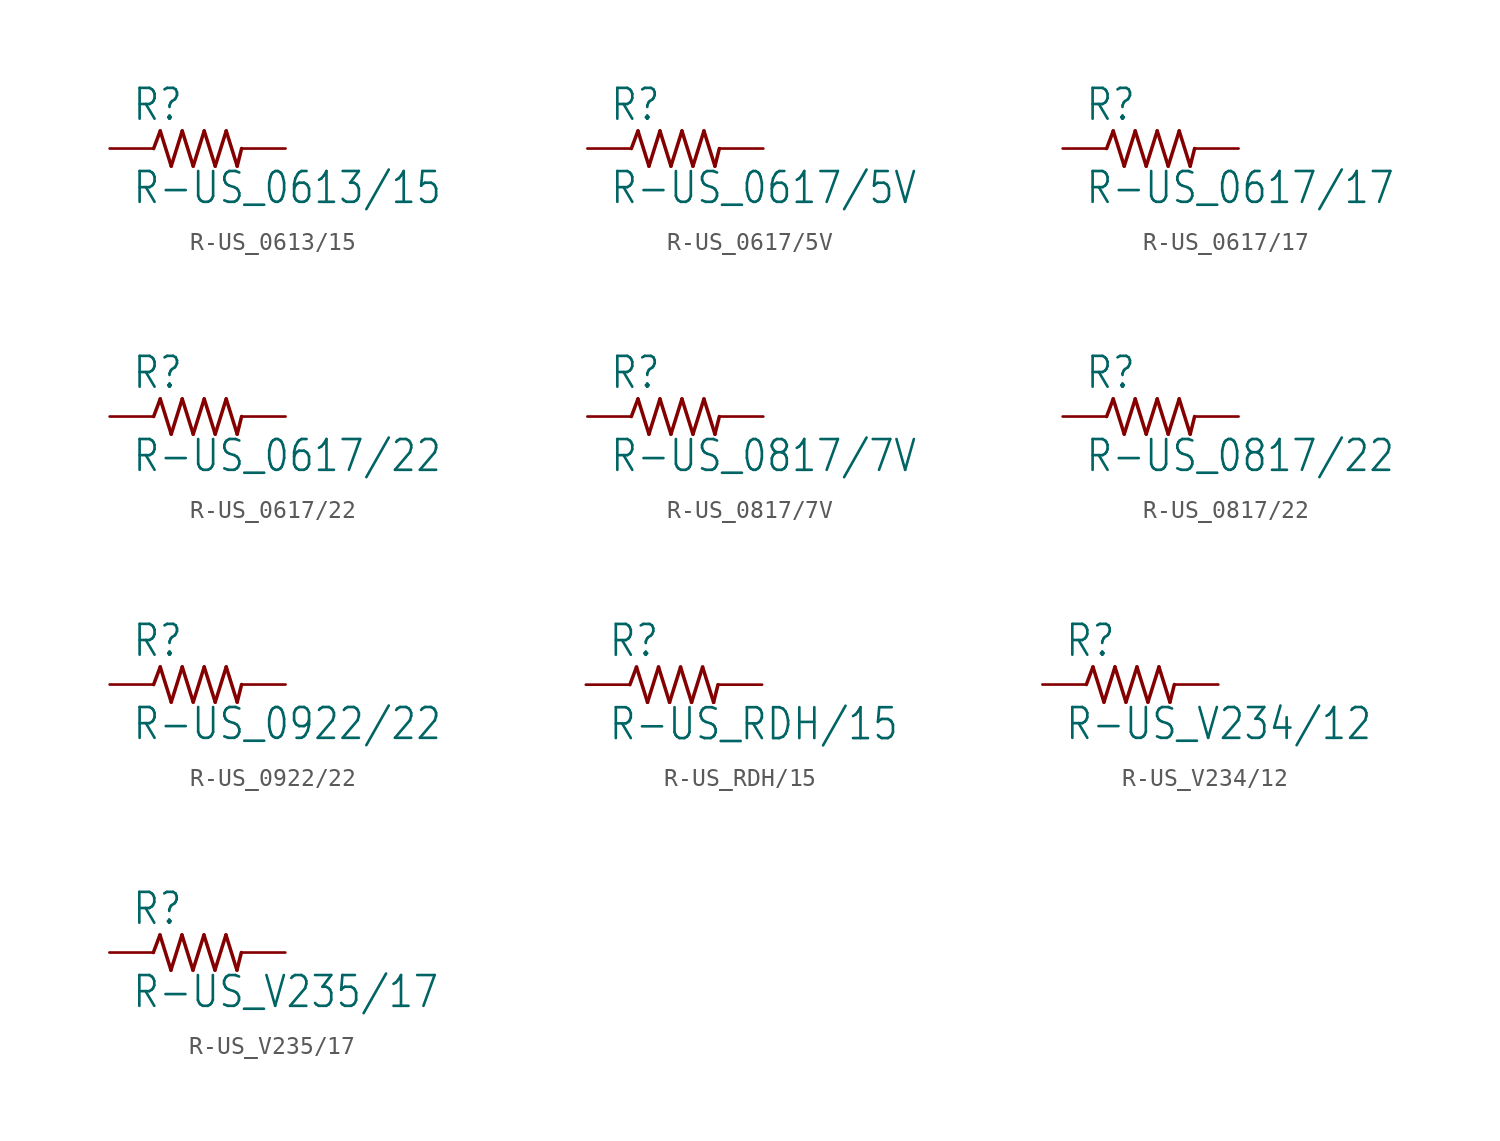
<source format=kicad_sym>
(kicad_symbol_lib
  (version 20220914)
  (generator kicad_symbol_editor)
  (symbol "R-US_0613/15"
    (property "Reference" "R"
      (at -3.81 1.499 0)
      (effects (font (size 1.778 1.511)) (justify left bottom)))
    (property "Value" "R-US_0613{slash}15"
      (at -3.81 -3.302 0)
      (effects (font (size 1.778 1.511)) (justify left bottom)))
    (property "ki_locked" ""
      (at 0 0 0)
      (effects (font (size 1.27 1.27))))
    (symbol "R-US_0613/15_1_0"
      (polyline (pts (xy -2.54 0) (xy -2.159 1.016)) (stroke (width 0.203) (type default)) (fill (type none)))
      (polyline (pts (xy -2.159 1.016) (xy -1.524 -1.016)) (stroke (width 0.203) (type default)) (fill (type none)))
      (polyline (pts (xy -1.524 -1.016) (xy -0.889 1.016)) (stroke (width 0.203) (type default)) (fill (type none)))
      (polyline (pts (xy -0.889 1.016) (xy -0.254 -1.016)) (stroke (width 0.203) (type default)) (fill (type none)))
      (polyline (pts (xy -0.254 -1.016) (xy 0.381 1.016)) (stroke (width 0.203) (type default)) (fill (type none)))
      (polyline (pts (xy 0.381 1.016) (xy 1.016 -1.016)) (stroke (width 0.203) (type default)) (fill (type none)))
      (polyline (pts (xy 1.016 -1.016) (xy 1.651 1.016)) (stroke (width 0.203) (type default)) (fill (type none)))
      (polyline (pts (xy 1.651 1.016) (xy 2.286 -1.016)) (stroke (width 0.203) (type default)) (fill (type none)))
      (polyline (pts (xy 2.286 -1.016) (xy 2.54 0)) (stroke (width 0.203) (type default)) (fill (type none)))
      (pin passive line (at -5.08 0 0) (length 2.54) (name "1" (effects (font (size 0 0)))) (number "1" (effects (font (size 0 0)))))
      (pin passive line (at 5.08 0 180) (length 2.54) (name "2" (effects (font (size 0 0)))) (number "2" (effects (font (size 0 0)))))))
  (symbol "R-US_0617/5V"
    (property "Reference" "R"
      (at -3.81 1.499 0)
      (effects (font (size 1.778 1.511)) (justify left bottom)))
    (property "Value" "R-US_0617{slash}5V"
      (at -3.81 -3.302 0)
      (effects (font (size 1.778 1.511)) (justify left bottom)))
    (property "ki_locked" ""
      (at 0 0 0)
      (effects (font (size 1.27 1.27))))
    (symbol "R-US_0617/5V_1_0"
      (polyline (pts (xy -2.54 0) (xy -2.159 1.016)) (stroke (width 0.203) (type default)) (fill (type none)))
      (polyline (pts (xy -2.159 1.016) (xy -1.524 -1.016)) (stroke (width 0.203) (type default)) (fill (type none)))
      (polyline (pts (xy -1.524 -1.016) (xy -0.889 1.016)) (stroke (width 0.203) (type default)) (fill (type none)))
      (polyline (pts (xy -0.889 1.016) (xy -0.254 -1.016)) (stroke (width 0.203) (type default)) (fill (type none)))
      (polyline (pts (xy -0.254 -1.016) (xy 0.381 1.016)) (stroke (width 0.203) (type default)) (fill (type none)))
      (polyline (pts (xy 0.381 1.016) (xy 1.016 -1.016)) (stroke (width 0.203) (type default)) (fill (type none)))
      (polyline (pts (xy 1.016 -1.016) (xy 1.651 1.016)) (stroke (width 0.203) (type default)) (fill (type none)))
      (polyline (pts (xy 1.651 1.016) (xy 2.286 -1.016)) (stroke (width 0.203) (type default)) (fill (type none)))
      (polyline (pts (xy 2.286 -1.016) (xy 2.54 0)) (stroke (width 0.203) (type default)) (fill (type none)))
      (pin passive line (at -5.08 0 0) (length 2.54) (name "1" (effects (font (size 0 0)))) (number "1" (effects (font (size 0 0)))))
      (pin passive line (at 5.08 0 180) (length 2.54) (name "2" (effects (font (size 0 0)))) (number "2" (effects (font (size 0 0)))))))
  (symbol "R-US_0617/17"
    (property "Reference" "R"
      (at -3.81 1.499 0)
      (effects (font (size 1.778 1.511)) (justify left bottom)))
    (property "Value" "R-US_0617{slash}17"
      (at -3.81 -3.302 0)
      (effects (font (size 1.778 1.511)) (justify left bottom)))
    (property "ki_locked" ""
      (at 0 0 0)
      (effects (font (size 1.27 1.27))))
    (symbol "R-US_0617/17_1_0"
      (polyline (pts (xy -2.54 0) (xy -2.159 1.016)) (stroke (width 0.203) (type default)) (fill (type none)))
      (polyline (pts (xy -2.159 1.016) (xy -1.524 -1.016)) (stroke (width 0.203) (type default)) (fill (type none)))
      (polyline (pts (xy -1.524 -1.016) (xy -0.889 1.016)) (stroke (width 0.203) (type default)) (fill (type none)))
      (polyline (pts (xy -0.889 1.016) (xy -0.254 -1.016)) (stroke (width 0.203) (type default)) (fill (type none)))
      (polyline (pts (xy -0.254 -1.016) (xy 0.381 1.016)) (stroke (width 0.203) (type default)) (fill (type none)))
      (polyline (pts (xy 0.381 1.016) (xy 1.016 -1.016)) (stroke (width 0.203) (type default)) (fill (type none)))
      (polyline (pts (xy 1.016 -1.016) (xy 1.651 1.016)) (stroke (width 0.203) (type default)) (fill (type none)))
      (polyline (pts (xy 1.651 1.016) (xy 2.286 -1.016)) (stroke (width 0.203) (type default)) (fill (type none)))
      (polyline (pts (xy 2.286 -1.016) (xy 2.54 0)) (stroke (width 0.203) (type default)) (fill (type none)))
      (pin passive line (at -5.08 0 0) (length 2.54) (name "1" (effects (font (size 0 0)))) (number "1" (effects (font (size 0 0)))))
      (pin passive line (at 5.08 0 180) (length 2.54) (name "2" (effects (font (size 0 0)))) (number "2" (effects (font (size 0 0)))))))
  (symbol "R-US_0617/22"
    (property "Reference" "R"
      (at -3.81 1.499 0)
      (effects (font (size 1.778 1.511)) (justify left bottom)))
    (property "Value" "R-US_0617{slash}22"
      (at -3.81 -3.302 0)
      (effects (font (size 1.778 1.511)) (justify left bottom)))
    (property "ki_locked" ""
      (at 0 0 0)
      (effects (font (size 1.27 1.27))))
    (symbol "R-US_0617/22_1_0"
      (polyline (pts (xy -2.54 0) (xy -2.159 1.016)) (stroke (width 0.203) (type default)) (fill (type none)))
      (polyline (pts (xy -2.159 1.016) (xy -1.524 -1.016)) (stroke (width 0.203) (type default)) (fill (type none)))
      (polyline (pts (xy -1.524 -1.016) (xy -0.889 1.016)) (stroke (width 0.203) (type default)) (fill (type none)))
      (polyline (pts (xy -0.889 1.016) (xy -0.254 -1.016)) (stroke (width 0.203) (type default)) (fill (type none)))
      (polyline (pts (xy -0.254 -1.016) (xy 0.381 1.016)) (stroke (width 0.203) (type default)) (fill (type none)))
      (polyline (pts (xy 0.381 1.016) (xy 1.016 -1.016)) (stroke (width 0.203) (type default)) (fill (type none)))
      (polyline (pts (xy 1.016 -1.016) (xy 1.651 1.016)) (stroke (width 0.203) (type default)) (fill (type none)))
      (polyline (pts (xy 1.651 1.016) (xy 2.286 -1.016)) (stroke (width 0.203) (type default)) (fill (type none)))
      (polyline (pts (xy 2.286 -1.016) (xy 2.54 0)) (stroke (width 0.203) (type default)) (fill (type none)))
      (pin passive line (at -5.08 0 0) (length 2.54) (name "1" (effects (font (size 0 0)))) (number "1" (effects (font (size 0 0)))))
      (pin passive line (at 5.08 0 180) (length 2.54) (name "2" (effects (font (size 0 0)))) (number "2" (effects (font (size 0 0)))))))
  (symbol "R-US_0817/7V"
    (property "Reference" "R"
      (at -3.81 1.499 0)
      (effects (font (size 1.778 1.511)) (justify left bottom)))
    (property "Value" "R-US_0817{slash}7V"
      (at -3.81 -3.302 0)
      (effects (font (size 1.778 1.511)) (justify left bottom)))
    (property "ki_locked" ""
      (at 0 0 0)
      (effects (font (size 1.27 1.27))))
    (symbol "R-US_0817/7V_1_0"
      (polyline (pts (xy -2.54 0) (xy -2.159 1.016)) (stroke (width 0.203) (type default)) (fill (type none)))
      (polyline (pts (xy -2.159 1.016) (xy -1.524 -1.016)) (stroke (width 0.203) (type default)) (fill (type none)))
      (polyline (pts (xy -1.524 -1.016) (xy -0.889 1.016)) (stroke (width 0.203) (type default)) (fill (type none)))
      (polyline (pts (xy -0.889 1.016) (xy -0.254 -1.016)) (stroke (width 0.203) (type default)) (fill (type none)))
      (polyline (pts (xy -0.254 -1.016) (xy 0.381 1.016)) (stroke (width 0.203) (type default)) (fill (type none)))
      (polyline (pts (xy 0.381 1.016) (xy 1.016 -1.016)) (stroke (width 0.203) (type default)) (fill (type none)))
      (polyline (pts (xy 1.016 -1.016) (xy 1.651 1.016)) (stroke (width 0.203) (type default)) (fill (type none)))
      (polyline (pts (xy 1.651 1.016) (xy 2.286 -1.016)) (stroke (width 0.203) (type default)) (fill (type none)))
      (polyline (pts (xy 2.286 -1.016) (xy 2.54 0)) (stroke (width 0.203) (type default)) (fill (type none)))
      (pin passive line (at -5.08 0 0) (length 2.54) (name "1" (effects (font (size 0 0)))) (number "1" (effects (font (size 0 0)))))
      (pin passive line (at 5.08 0 180) (length 2.54) (name "2" (effects (font (size 0 0)))) (number "2" (effects (font (size 0 0)))))))
  (symbol "R-US_0817/22"
    (property "Reference" "R"
      (at -3.81 1.499 0)
      (effects (font (size 1.778 1.511)) (justify left bottom)))
    (property "Value" "R-US_0817{slash}22"
      (at -3.81 -3.302 0)
      (effects (font (size 1.778 1.511)) (justify left bottom)))
    (property "ki_locked" ""
      (at 0 0 0)
      (effects (font (size 1.27 1.27))))
    (symbol "R-US_0817/22_1_0"
      (polyline (pts (xy -2.54 0) (xy -2.159 1.016)) (stroke (width 0.203) (type default)) (fill (type none)))
      (polyline (pts (xy -2.159 1.016) (xy -1.524 -1.016)) (stroke (width 0.203) (type default)) (fill (type none)))
      (polyline (pts (xy -1.524 -1.016) (xy -0.889 1.016)) (stroke (width 0.203) (type default)) (fill (type none)))
      (polyline (pts (xy -0.889 1.016) (xy -0.254 -1.016)) (stroke (width 0.203) (type default)) (fill (type none)))
      (polyline (pts (xy -0.254 -1.016) (xy 0.381 1.016)) (stroke (width 0.203) (type default)) (fill (type none)))
      (polyline (pts (xy 0.381 1.016) (xy 1.016 -1.016)) (stroke (width 0.203) (type default)) (fill (type none)))
      (polyline (pts (xy 1.016 -1.016) (xy 1.651 1.016)) (stroke (width 0.203) (type default)) (fill (type none)))
      (polyline (pts (xy 1.651 1.016) (xy 2.286 -1.016)) (stroke (width 0.203) (type default)) (fill (type none)))
      (polyline (pts (xy 2.286 -1.016) (xy 2.54 0)) (stroke (width 0.203) (type default)) (fill (type none)))
      (pin passive line (at -5.08 0 0) (length 2.54) (name "1" (effects (font (size 0 0)))) (number "1" (effects (font (size 0 0)))))
      (pin passive line (at 5.08 0 180) (length 2.54) (name "2" (effects (font (size 0 0)))) (number "2" (effects (font (size 0 0)))))))
  (symbol "R-US_0922/22"
    (property "Reference" "R"
      (at -3.81 1.499 0)
      (effects (font (size 1.778 1.511)) (justify left bottom)))
    (property "Value" "R-US_0922{slash}22"
      (at -3.81 -3.302 0)
      (effects (font (size 1.778 1.511)) (justify left bottom)))
    (property "ki_locked" ""
      (at 0 0 0)
      (effects (font (size 1.27 1.27))))
    (symbol "R-US_0922/22_1_0"
      (polyline (pts (xy -2.54 0) (xy -2.159 1.016)) (stroke (width 0.203) (type default)) (fill (type none)))
      (polyline (pts (xy -2.159 1.016) (xy -1.524 -1.016)) (stroke (width 0.203) (type default)) (fill (type none)))
      (polyline (pts (xy -1.524 -1.016) (xy -0.889 1.016)) (stroke (width 0.203) (type default)) (fill (type none)))
      (polyline (pts (xy -0.889 1.016) (xy -0.254 -1.016)) (stroke (width 0.203) (type default)) (fill (type none)))
      (polyline (pts (xy -0.254 -1.016) (xy 0.381 1.016)) (stroke (width 0.203) (type default)) (fill (type none)))
      (polyline (pts (xy 0.381 1.016) (xy 1.016 -1.016)) (stroke (width 0.203) (type default)) (fill (type none)))
      (polyline (pts (xy 1.016 -1.016) (xy 1.651 1.016)) (stroke (width 0.203) (type default)) (fill (type none)))
      (polyline (pts (xy 1.651 1.016) (xy 2.286 -1.016)) (stroke (width 0.203) (type default)) (fill (type none)))
      (polyline (pts (xy 2.286 -1.016) (xy 2.54 0)) (stroke (width 0.203) (type default)) (fill (type none)))
      (pin passive line (at -5.08 0 0) (length 2.54) (name "1" (effects (font (size 0 0)))) (number "1" (effects (font (size 0 0)))))
      (pin passive line (at 5.08 0 180) (length 2.54) (name "2" (effects (font (size 0 0)))) (number "2" (effects (font (size 0 0)))))))
  (symbol "R-US_RDH/15"
    (property "Reference" "R"
      (at -3.81 1.499 0)
      (effects (font (size 1.778 1.511)) (justify left bottom)))
    (property "Value" "R-US_RDH{slash}15"
      (at -3.81 -3.302 0)
      (effects (font (size 1.778 1.511)) (justify left bottom)))
    (property "ki_locked" ""
      (at 0 0 0)
      (effects (font (size 1.27 1.27))))
    (symbol "R-US_RDH/15_1_0"
      (polyline (pts (xy -2.54 0) (xy -2.159 1.016)) (stroke (width 0.203) (type default)) (fill (type none)))
      (polyline (pts (xy -2.159 1.016) (xy -1.524 -1.016)) (stroke (width 0.203) (type default)) (fill (type none)))
      (polyline (pts (xy -1.524 -1.016) (xy -0.889 1.016)) (stroke (width 0.203) (type default)) (fill (type none)))
      (polyline (pts (xy -0.889 1.016) (xy -0.254 -1.016)) (stroke (width 0.203) (type default)) (fill (type none)))
      (polyline (pts (xy -0.254 -1.016) (xy 0.381 1.016)) (stroke (width 0.203) (type default)) (fill (type none)))
      (polyline (pts (xy 0.381 1.016) (xy 1.016 -1.016)) (stroke (width 0.203) (type default)) (fill (type none)))
      (polyline (pts (xy 1.016 -1.016) (xy 1.651 1.016)) (stroke (width 0.203) (type default)) (fill (type none)))
      (polyline (pts (xy 1.651 1.016) (xy 2.286 -1.016)) (stroke (width 0.203) (type default)) (fill (type none)))
      (polyline (pts (xy 2.286 -1.016) (xy 2.54 0)) (stroke (width 0.203) (type default)) (fill (type none)))
      (pin passive line (at -5.08 0 0) (length 2.54) (name "1" (effects (font (size 0 0)))) (number "1" (effects (font (size 0 0)))))
      (pin passive line (at 5.08 0 180) (length 2.54) (name "2" (effects (font (size 0 0)))) (number "2" (effects (font (size 0 0)))))))
  (symbol "R-US_V234/12"
    (property "Reference" "R"
      (at -3.81 1.499 0)
      (effects (font (size 1.778 1.511)) (justify left bottom)))
    (property "Value" "R-US_V234{slash}12"
      (at -3.81 -3.302 0)
      (effects (font (size 1.778 1.511)) (justify left bottom)))
    (property "ki_locked" ""
      (at 0 0 0)
      (effects (font (size 1.27 1.27))))
    (symbol "R-US_V234/12_1_0"
      (polyline (pts (xy -2.54 0) (xy -2.159 1.016)) (stroke (width 0.203) (type default)) (fill (type none)))
      (polyline (pts (xy -2.159 1.016) (xy -1.524 -1.016)) (stroke (width 0.203) (type default)) (fill (type none)))
      (polyline (pts (xy -1.524 -1.016) (xy -0.889 1.016)) (stroke (width 0.203) (type default)) (fill (type none)))
      (polyline (pts (xy -0.889 1.016) (xy -0.254 -1.016)) (stroke (width 0.203) (type default)) (fill (type none)))
      (polyline (pts (xy -0.254 -1.016) (xy 0.381 1.016)) (stroke (width 0.203) (type default)) (fill (type none)))
      (polyline (pts (xy 0.381 1.016) (xy 1.016 -1.016)) (stroke (width 0.203) (type default)) (fill (type none)))
      (polyline (pts (xy 1.016 -1.016) (xy 1.651 1.016)) (stroke (width 0.203) (type default)) (fill (type none)))
      (polyline (pts (xy 1.651 1.016) (xy 2.286 -1.016)) (stroke (width 0.203) (type default)) (fill (type none)))
      (polyline (pts (xy 2.286 -1.016) (xy 2.54 0)) (stroke (width 0.203) (type default)) (fill (type none)))
      (pin passive line (at -5.08 0 0) (length 2.54) (name "1" (effects (font (size 0 0)))) (number "1" (effects (font (size 0 0)))))
      (pin passive line (at 5.08 0 180) (length 2.54) (name "2" (effects (font (size 0 0)))) (number "2" (effects (font (size 0 0)))))))
  (symbol "R-US_V235/17"
    (property "Reference" "R"
      (at -3.81 1.499 0)
      (effects (font (size 1.778 1.511)) (justify left bottom)))
    (property "Value" "R-US_V235{slash}17"
      (at -3.81 -3.302 0)
      (effects (font (size 1.778 1.511)) (justify left bottom)))
    (property "ki_locked" ""
      (at 0 0 0)
      (effects (font (size 1.27 1.27))))
    (symbol "R-US_V235/17_1_0"
      (polyline (pts (xy -2.54 0) (xy -2.159 1.016)) (stroke (width 0.203) (type default)) (fill (type none)))
      (polyline (pts (xy -2.159 1.016) (xy -1.524 -1.016)) (stroke (width 0.203) (type default)) (fill (type none)))
      (polyline (pts (xy -1.524 -1.016) (xy -0.889 1.016)) (stroke (width 0.203) (type default)) (fill (type none)))
      (polyline (pts (xy -0.889 1.016) (xy -0.254 -1.016)) (stroke (width 0.203) (type default)) (fill (type none)))
      (polyline (pts (xy -0.254 -1.016) (xy 0.381 1.016)) (stroke (width 0.203) (type default)) (fill (type none)))
      (polyline (pts (xy 0.381 1.016) (xy 1.016 -1.016)) (stroke (width 0.203) (type default)) (fill (type none)))
      (polyline (pts (xy 1.016 -1.016) (xy 1.651 1.016)) (stroke (width 0.203) (type default)) (fill (type none)))
      (polyline (pts (xy 1.651 1.016) (xy 2.286 -1.016)) (stroke (width 0.203) (type default)) (fill (type none)))
      (polyline (pts (xy 2.286 -1.016) (xy 2.54 0)) (stroke (width 0.203) (type default)) (fill (type none)))
      (pin passive line (at -5.08 0 0) (length 2.54) (name "1" (effects (font (size 0 0)))) (number "1" (effects (font (size 0 0)))))
      (pin passive line (at 5.08 0 180) (length 2.54) (name "2" (effects (font (size 0 0)))) (number "2" (effects (font (size 0 0))))))))
</source>
